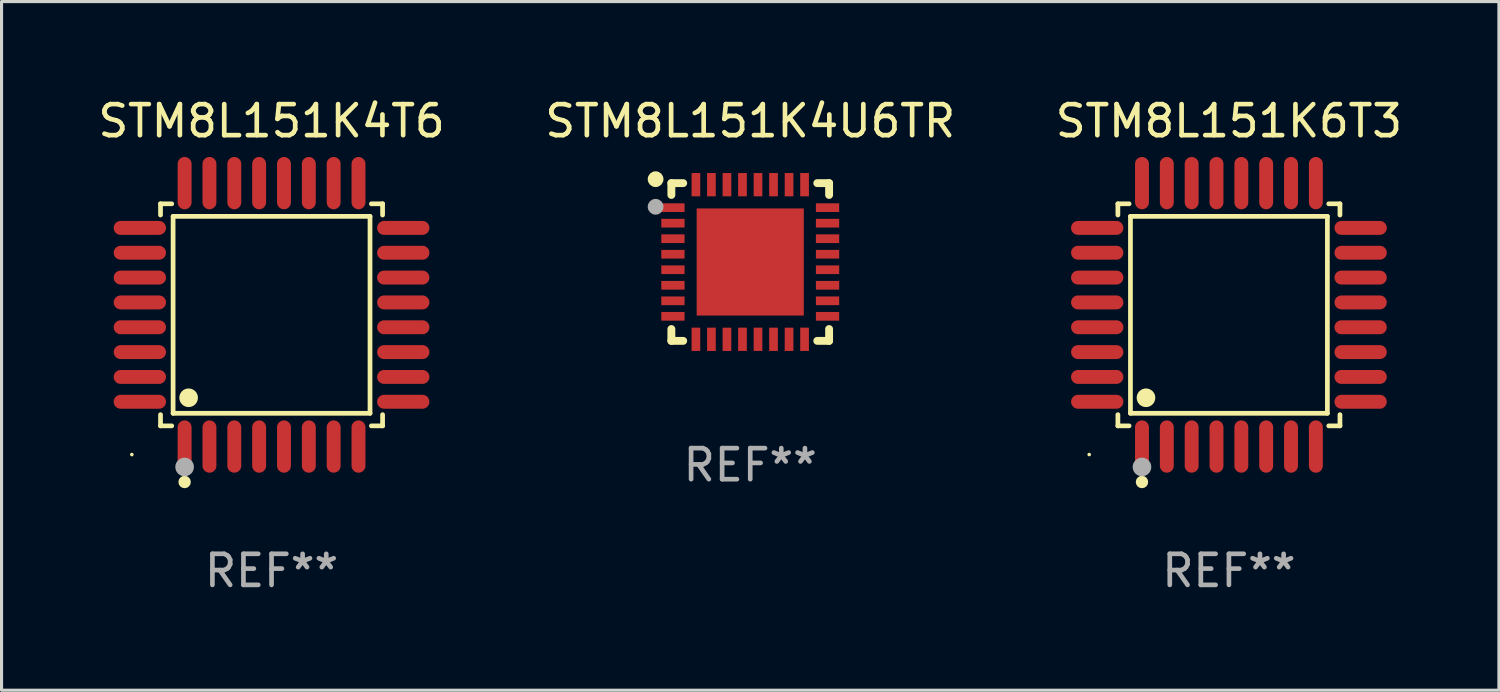
<source format=kicad_pcb>
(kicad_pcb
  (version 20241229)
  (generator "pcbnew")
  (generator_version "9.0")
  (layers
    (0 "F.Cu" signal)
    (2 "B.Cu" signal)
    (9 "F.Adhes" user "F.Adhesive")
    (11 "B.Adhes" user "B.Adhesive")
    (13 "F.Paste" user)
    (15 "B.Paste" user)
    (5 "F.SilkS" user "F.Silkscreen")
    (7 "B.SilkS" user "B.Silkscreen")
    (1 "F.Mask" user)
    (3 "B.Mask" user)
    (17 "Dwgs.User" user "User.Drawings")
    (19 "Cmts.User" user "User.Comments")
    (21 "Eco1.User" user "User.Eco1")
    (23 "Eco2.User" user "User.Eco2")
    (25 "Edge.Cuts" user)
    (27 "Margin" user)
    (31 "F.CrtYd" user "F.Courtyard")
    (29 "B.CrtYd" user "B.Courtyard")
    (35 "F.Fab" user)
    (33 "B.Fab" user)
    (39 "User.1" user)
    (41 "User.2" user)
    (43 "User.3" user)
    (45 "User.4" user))
  (footprint "STM8L151K4T6"
    (layer "F.Cu")
    (at 5.696 7.09)
    (property "Reference" "STM8L151K4T6" (at 0 -6.242 0) (layer "F.SilkS") (effects (font (size 1 1) (thickness 0.15))))
    (attr through_hole)
    (fp_line (start -3.576 -3.576) (end -3.215 -3.576) (stroke (width 0.152) (type solid)) (layer "F.SilkS"))
    (fp_line (start -3.576 -3.215) (end -3.576 -3.576) (stroke (width 0.152) (type solid)) (layer "F.SilkS"))
    (fp_line (start -3.576 3.215) (end -3.576 3.576) (stroke (width 0.152) (type solid)) (layer "F.SilkS"))
    (fp_line (start -3.576 3.576) (end -3.215 3.576) (stroke (width 0.152) (type solid)) (layer "F.SilkS"))
    (fp_line (start -3.171 -3.171) (end 3.171 -3.171) (stroke (width 0.152) (type solid)) (layer "F.SilkS"))
    (fp_line (start -3.171 3.171) (end -3.171 -3.171) (stroke (width 0.152) (type solid)) (layer "F.SilkS"))
    (fp_line (start 3.171 -3.171) (end 3.171 3.171) (stroke (width 0.152) (type solid)) (layer "F.SilkS"))
    (fp_line (start 3.171 3.171) (end -3.171 3.171) (stroke (width 0.152) (type solid)) (layer "F.SilkS"))
    (fp_line (start 3.576 -3.576) (end 3.215 -3.576) (stroke (width 0.152) (type solid)) (layer "F.SilkS"))
    (fp_line (start 3.576 -3.215) (end 3.576 -3.576) (stroke (width 0.152) (type solid)) (layer "F.SilkS"))
    (fp_line (start 3.576 3.215) (end 3.576 3.576) (stroke (width 0.152) (type solid)) (layer "F.SilkS"))
    (fp_line (start 3.576 3.576) (end 3.215 3.576) (stroke (width 0.152) (type solid)) (layer "F.SilkS"))
    (fp_circle (center -4.5 4.5) (end -4.47 4.5) (stroke (width 0.06) (type solid)) (fill no) (layer "F.SilkS"))
    (fp_circle (center -2.8 5.384) (end -2.7 5.384) (stroke (width 0.2) (type solid)) (fill no) (layer "F.SilkS"))
    (fp_circle (center -2.671 2.671) (end -2.521 2.671) (stroke (width 0.3) (type solid)) (fill no) (layer "F.SilkS"))
    (fp_circle (center -2.8 4.9) (end -2.65 4.9) (stroke (width 0.3) (type solid)) (fill no) (layer "F.Fab"))
    (fp_text user "REF**" (at 0 8.242 0) (layer "F.Fab") (effects (font (size 1 1) (thickness 0.15))))
    (pad "1" smd oval (at -2.8 4.242) (size 0.448 1.684) (layers "F.Cu" "F.Mask" "F.Paste"))
    (pad "2" smd oval (at -2 4.242) (size 0.448 1.684) (layers "F.Cu" "F.Mask" "F.Paste"))
    (pad "3" smd oval (at -1.2 4.242) (size 0.448 1.684) (layers "F.Cu" "F.Mask" "F.Paste"))
    (pad "4" smd oval (at -0.4 4.242) (size 0.448 1.684) (layers "F.Cu" "F.Mask" "F.Paste"))
    (pad "5" smd oval (at 0.4 4.242) (size 0.448 1.684) (layers "F.Cu" "F.Mask" "F.Paste"))
    (pad "6" smd oval (at 1.2 4.242) (size 0.448 1.684) (layers "F.Cu" "F.Mask" "F.Paste"))
    (pad "7" smd oval (at 2 4.242) (size 0.448 1.684) (layers "F.Cu" "F.Mask" "F.Paste"))
    (pad "8" smd oval (at 2.8 4.242) (size 0.448 1.684) (layers "F.Cu" "F.Mask" "F.Paste"))
    (pad "9" smd oval (at 4.242 2.8) (size 1.684 0.448) (layers "F.Cu" "F.Mask" "F.Paste"))
    (pad "10" smd oval (at 4.242 2) (size 1.684 0.448) (layers "F.Cu" "F.Mask" "F.Paste"))
    (pad "11" smd oval (at 4.242 1.2) (size 1.684 0.448) (layers "F.Cu" "F.Mask" "F.Paste"))
    (pad "12" smd oval (at 4.242 0.4) (size 1.684 0.448) (layers "F.Cu" "F.Mask" "F.Paste"))
    (pad "13" smd oval (at 4.242 -0.4) (size 1.684 0.448) (layers "F.Cu" "F.Mask" "F.Paste"))
    (pad "14" smd oval (at 4.242 -1.2) (size 1.684 0.448) (layers "F.Cu" "F.Mask" "F.Paste"))
    (pad "15" smd oval (at 4.242 -2) (size 1.684 0.448) (layers "F.Cu" "F.Mask" "F.Paste"))
    (pad "16" smd oval (at 4.242 -2.8) (size 1.684 0.448) (layers "F.Cu" "F.Mask" "F.Paste"))
    (pad "17" smd oval (at 2.8 -4.242) (size 0.448 1.684) (layers "F.Cu" "F.Mask" "F.Paste"))
    (pad "18" smd oval (at 2 -4.242) (size 0.448 1.684) (layers "F.Cu" "F.Mask" "F.Paste"))
    (pad "19" smd oval (at 1.2 -4.242) (size 0.448 1.684) (layers "F.Cu" "F.Mask" "F.Paste"))
    (pad "20" smd oval (at 0.4 -4.242) (size 0.448 1.684) (layers "F.Cu" "F.Mask" "F.Paste"))
    (pad "21" smd oval (at -0.4 -4.242) (size 0.448 1.684) (layers "F.Cu" "F.Mask" "F.Paste"))
    (pad "22" smd oval (at -1.2 -4.242) (size 0.448 1.684) (layers "F.Cu" "F.Mask" "F.Paste"))
    (pad "23" smd oval (at -2 -4.242) (size 0.448 1.684) (layers "F.Cu" "F.Mask" "F.Paste"))
    (pad "24" smd oval (at -2.8 -4.242) (size 0.448 1.684) (layers "F.Cu" "F.Mask" "F.Paste"))
    (pad "25" smd oval (at -4.242 -2.8) (size 1.684 0.448) (layers "F.Cu" "F.Mask" "F.Paste"))
    (pad "26" smd oval (at -4.242 -2) (size 1.684 0.448) (layers "F.Cu" "F.Mask" "F.Paste"))
    (pad "27" smd oval (at -4.242 -1.2) (size 1.684 0.448) (layers "F.Cu" "F.Mask" "F.Paste"))
    (pad "28" smd oval (at -4.242 -0.4) (size 1.684 0.448) (layers "F.Cu" "F.Mask" "F.Paste"))
    (pad "29" smd oval (at -4.242 0.4) (size 1.684 0.448) (layers "F.Cu" "F.Mask" "F.Paste"))
    (pad "30" smd oval (at -4.242 1.2) (size 1.684 0.448) (layers "F.Cu" "F.Mask" "F.Paste"))
    (pad "31" smd oval (at -4.242 2) (size 1.684 0.448) (layers "F.Cu" "F.Mask" "F.Paste"))
    (pad "32" smd oval (at -4.242 2.8) (size 1.684 0.448) (layers "F.Cu" "F.Mask" "F.Paste")))
  (footprint "STM8L151K6T3"
    (layer "F.Cu")
    (at 36.53 7.09)
    (property "Reference" "STM8L151K6T3" (at 0 -6.242 0) (layer "F.SilkS") (effects (font (size 1 1) (thickness 0.15))))
    (attr through_hole)
    (fp_line (start -3.576 -3.576) (end -3.215 -3.576) (stroke (width 0.152) (type solid)) (layer "F.SilkS"))
    (fp_line (start -3.576 -3.215) (end -3.576 -3.576) (stroke (width 0.152) (type solid)) (layer "F.SilkS"))
    (fp_line (start -3.576 3.215) (end -3.576 3.576) (stroke (width 0.152) (type solid)) (layer "F.SilkS"))
    (fp_line (start -3.576 3.576) (end -3.215 3.576) (stroke (width 0.152) (type solid)) (layer "F.SilkS"))
    (fp_line (start -3.171 -3.171) (end 3.171 -3.171) (stroke (width 0.152) (type solid)) (layer "F.SilkS"))
    (fp_line (start -3.171 3.171) (end -3.171 -3.171) (stroke (width 0.152) (type solid)) (layer "F.SilkS"))
    (fp_line (start 3.171 -3.171) (end 3.171 3.171) (stroke (width 0.152) (type solid)) (layer "F.SilkS"))
    (fp_line (start 3.171 3.171) (end -3.171 3.171) (stroke (width 0.152) (type solid)) (layer "F.SilkS"))
    (fp_line (start 3.576 -3.576) (end 3.215 -3.576) (stroke (width 0.152) (type solid)) (layer "F.SilkS"))
    (fp_line (start 3.576 -3.215) (end 3.576 -3.576) (stroke (width 0.152) (type solid)) (layer "F.SilkS"))
    (fp_line (start 3.576 3.215) (end 3.576 3.576) (stroke (width 0.152) (type solid)) (layer "F.SilkS"))
    (fp_line (start 3.576 3.576) (end 3.215 3.576) (stroke (width 0.152) (type solid)) (layer "F.SilkS"))
    (fp_circle (center -4.5 4.5) (end -4.47 4.5) (stroke (width 0.06) (type solid)) (fill no) (layer "F.SilkS"))
    (fp_circle (center -2.8 5.384) (end -2.7 5.384) (stroke (width 0.2) (type solid)) (fill no) (layer "F.SilkS"))
    (fp_circle (center -2.671 2.671) (end -2.521 2.671) (stroke (width 0.3) (type solid)) (fill no) (layer "F.SilkS"))
    (fp_circle (center -2.8 4.9) (end -2.65 4.9) (stroke (width 0.3) (type solid)) (fill no) (layer "F.Fab"))
    (fp_text user "REF**" (at 0 8.242 0) (layer "F.Fab") (effects (font (size 1 1) (thickness 0.15))))
    (pad "1" smd oval (at -2.8 4.242) (size 0.448 1.684) (layers "F.Cu" "F.Mask" "F.Paste"))
    (pad "2" smd oval (at -2 4.242) (size 0.448 1.684) (layers "F.Cu" "F.Mask" "F.Paste"))
    (pad "3" smd oval (at -1.2 4.242) (size 0.448 1.684) (layers "F.Cu" "F.Mask" "F.Paste"))
    (pad "4" smd oval (at -0.4 4.242) (size 0.448 1.684) (layers "F.Cu" "F.Mask" "F.Paste"))
    (pad "5" smd oval (at 0.4 4.242) (size 0.448 1.684) (layers "F.Cu" "F.Mask" "F.Paste"))
    (pad "6" smd oval (at 1.2 4.242) (size 0.448 1.684) (layers "F.Cu" "F.Mask" "F.Paste"))
    (pad "7" smd oval (at 2 4.242) (size 0.448 1.684) (layers "F.Cu" "F.Mask" "F.Paste"))
    (pad "8" smd oval (at 2.8 4.242) (size 0.448 1.684) (layers "F.Cu" "F.Mask" "F.Paste"))
    (pad "9" smd oval (at 4.242 2.8) (size 1.684 0.448) (layers "F.Cu" "F.Mask" "F.Paste"))
    (pad "10" smd oval (at 4.242 2) (size 1.684 0.448) (layers "F.Cu" "F.Mask" "F.Paste"))
    (pad "11" smd oval (at 4.242 1.2) (size 1.684 0.448) (layers "F.Cu" "F.Mask" "F.Paste"))
    (pad "12" smd oval (at 4.242 0.4) (size 1.684 0.448) (layers "F.Cu" "F.Mask" "F.Paste"))
    (pad "13" smd oval (at 4.242 -0.4) (size 1.684 0.448) (layers "F.Cu" "F.Mask" "F.Paste"))
    (pad "14" smd oval (at 4.242 -1.2) (size 1.684 0.448) (layers "F.Cu" "F.Mask" "F.Paste"))
    (pad "15" smd oval (at 4.242 -2) (size 1.684 0.448) (layers "F.Cu" "F.Mask" "F.Paste"))
    (pad "16" smd oval (at 4.242 -2.8) (size 1.684 0.448) (layers "F.Cu" "F.Mask" "F.Paste"))
    (pad "17" smd oval (at 2.8 -4.242) (size 0.448 1.684) (layers "F.Cu" "F.Mask" "F.Paste"))
    (pad "18" smd oval (at 2 -4.242) (size 0.448 1.684) (layers "F.Cu" "F.Mask" "F.Paste"))
    (pad "19" smd oval (at 1.2 -4.242) (size 0.448 1.684) (layers "F.Cu" "F.Mask" "F.Paste"))
    (pad "20" smd oval (at 0.4 -4.242) (size 0.448 1.684) (layers "F.Cu" "F.Mask" "F.Paste"))
    (pad "21" smd oval (at -0.4 -4.242) (size 0.448 1.684) (layers "F.Cu" "F.Mask" "F.Paste"))
    (pad "22" smd oval (at -1.2 -4.242) (size 0.448 1.684) (layers "F.Cu" "F.Mask" "F.Paste"))
    (pad "23" smd oval (at -2 -4.242) (size 0.448 1.684) (layers "F.Cu" "F.Mask" "F.Paste"))
    (pad "24" smd oval (at -2.8 -4.242) (size 0.448 1.684) (layers "F.Cu" "F.Mask" "F.Paste"))
    (pad "25" smd oval (at -4.242 -2.8) (size 1.684 0.448) (layers "F.Cu" "F.Mask" "F.Paste"))
    (pad "26" smd oval (at -4.242 -2) (size 1.684 0.448) (layers "F.Cu" "F.Mask" "F.Paste"))
    (pad "27" smd oval (at -4.242 -1.2) (size 1.684 0.448) (layers "F.Cu" "F.Mask" "F.Paste"))
    (pad "28" smd oval (at -4.242 -0.4) (size 1.684 0.448) (layers "F.Cu" "F.Mask" "F.Paste"))
    (pad "29" smd oval (at -4.242 0.4) (size 1.684 0.448) (layers "F.Cu" "F.Mask" "F.Paste"))
    (pad "30" smd oval (at -4.242 1.2) (size 1.684 0.448) (layers "F.Cu" "F.Mask" "F.Paste"))
    (pad "31" smd oval (at -4.242 2) (size 1.684 0.448) (layers "F.Cu" "F.Mask" "F.Paste"))
    (pad "32" smd oval (at -4.242 2.8) (size 1.684 0.448) (layers "F.Cu" "F.Mask" "F.Paste")))
  (footprint "STM8L151K4U6TR"
    (layer "F.Cu")
    (at 21.113 5.388)
    (property "Reference" "STM8L151K4U6TR" (at 0 -4.54 0) (layer "F.SilkS") (effects (font (size 1 1) (thickness 0.15))))
    (attr through_hole)
    (fp_line (start -2.54 -2.54) (end -2.159 -2.54) (stroke (width 0.254) (type solid)) (layer "F.SilkS"))
    (fp_line (start -2.54 -2.159) (end -2.54 -2.54) (stroke (width 0.254) (type solid)) (layer "F.SilkS"))
    (fp_line (start -2.54 2.54) (end -2.54 2.159) (stroke (width 0.254) (type solid)) (layer "F.SilkS"))
    (fp_line (start -2.159 2.54) (end -2.54 2.54) (stroke (width 0.254) (type solid)) (layer "F.SilkS"))
    (fp_line (start 2.159 -2.54) (end 2.54 -2.54) (stroke (width 0.254) (type solid)) (layer "F.SilkS"))
    (fp_line (start 2.54 -2.54) (end 2.54 -2.159) (stroke (width 0.254) (type solid)) (layer "F.SilkS"))
    (fp_line (start 2.54 2.159) (end 2.54 2.54) (stroke (width 0.254) (type solid)) (layer "F.SilkS"))
    (fp_line (start 2.54 2.54) (end 2.159 2.54) (stroke (width 0.254) (type solid)) (layer "F.SilkS"))
    (fp_circle (center -3.048 -2.667) (end -2.921 -2.667) (stroke (width 0.254) (type solid)) (fill no) (layer "F.SilkS"))
    (fp_circle (center -2.5 -2.5) (end -2.47 -2.5) (stroke (width 0.06) (type solid)) (fill no) (layer "F.SilkS"))
    (fp_circle (center -3.048 -1.778) (end -2.921 -1.778) (stroke (width 0.254) (type solid)) (fill no) (layer "F.Fab"))
    (fp_text user "REF**" (at 0 6.54 0) (layer "F.Fab") (effects (font (size 1 1) (thickness 0.15))))
    (pad "1" smd rect (at -2.49 -1.75) (size 0.75 0.28) (layers "F.Cu" "F.Mask" "F.Paste"))
    (pad "2" smd rect (at -2.49 -1.25) (size 0.75 0.28) (layers "F.Cu" "F.Mask" "F.Paste"))
    (pad "3" smd rect (at -2.49 -0.75) (size 0.75 0.28) (layers "F.Cu" "F.Mask" "F.Paste"))
    (pad "4" smd rect (at -2.49 -0.25) (size 0.75 0.28) (layers "F.Cu" "F.Mask" "F.Paste"))
    (pad "5" smd rect (at -2.49 0.25) (size 0.75 0.28) (layers "F.Cu" "F.Mask" "F.Paste"))
    (pad "6" smd rect (at -2.49 0.75) (size 0.75 0.28) (layers "F.Cu" "F.Mask" "F.Paste"))
    (pad "7" smd rect (at -2.49 1.25) (size 0.75 0.28) (layers "F.Cu" "F.Mask" "F.Paste"))
    (pad "8" smd rect (at -2.49 1.75) (size 0.75 0.28) (layers "F.Cu" "F.Mask" "F.Paste"))
    (pad "9" smd rect (at -1.75 2.49) (size 0.28 0.75) (layers "F.Cu" "F.Mask" "F.Paste"))
    (pad "10" smd rect (at -1.25 2.49) (size 0.28 0.75) (layers "F.Cu" "F.Mask" "F.Paste"))
    (pad "11" smd rect (at -0.75 2.49) (size 0.28 0.75) (layers "F.Cu" "F.Mask" "F.Paste"))
    (pad "12" smd rect (at -0.25 2.49) (size 0.28 0.75) (layers "F.Cu" "F.Mask" "F.Paste"))
    (pad "13" smd rect (at 0.25 2.49) (size 0.28 0.75) (layers "F.Cu" "F.Mask" "F.Paste"))
    (pad "14" smd rect (at 0.75 2.49) (size 0.28 0.75) (layers "F.Cu" "F.Mask" "F.Paste"))
    (pad "15" smd rect (at 1.25 2.49) (size 0.28 0.75) (layers "F.Cu" "F.Mask" "F.Paste"))
    (pad "16" smd rect (at 1.75 2.49) (size 0.28 0.75) (layers "F.Cu" "F.Mask" "F.Paste"))
    (pad "17" smd rect (at 2.49 1.75) (size 0.75 0.28) (layers "F.Cu" "F.Mask" "F.Paste"))
    (pad "18" smd rect (at 2.49 1.25) (size 0.75 0.28) (layers "F.Cu" "F.Mask" "F.Paste"))
    (pad "19" smd rect (at 2.49 0.75) (size 0.75 0.28) (layers "F.Cu" "F.Mask" "F.Paste"))
    (pad "20" smd rect (at 2.49 0.25) (size 0.75 0.28) (layers "F.Cu" "F.Mask" "F.Paste"))
    (pad "21" smd rect (at 2.49 -0.25) (size 0.75 0.28) (layers "F.Cu" "F.Mask" "F.Paste"))
    (pad "22" smd rect (at 2.49 -0.75) (size 0.75 0.28) (layers "F.Cu" "F.Mask" "F.Paste"))
    (pad "23" smd rect (at 2.49 -1.25) (size 0.75 0.28) (layers "F.Cu" "F.Mask" "F.Paste"))
    (pad "24" smd rect (at 2.49 -1.75) (size 0.75 0.28) (layers "F.Cu" "F.Mask" "F.Paste"))
    (pad "25" smd rect (at 1.75 -2.49) (size 0.28 0.75) (layers "F.Cu" "F.Mask" "F.Paste"))
    (pad "26" smd rect (at 1.25 -2.49) (size 0.28 0.75) (layers "F.Cu" "F.Mask" "F.Paste"))
    (pad "27" smd rect (at 0.75 -2.49) (size 0.28 0.75) (layers "F.Cu" "F.Mask" "F.Paste"))
    (pad "28" smd rect (at 0.25 -2.49) (size 0.28 0.75) (layers "F.Cu" "F.Mask" "F.Paste"))
    (pad "29" smd rect (at -0.25 -2.49) (size 0.28 0.75) (layers "F.Cu" "F.Mask" "F.Paste"))
    (pad "30" smd rect (at -0.75 -2.49) (size 0.28 0.75) (layers "F.Cu" "F.Mask" "F.Paste"))
    (pad "31" smd rect (at -1.25 -2.49) (size 0.28 0.75) (layers "F.Cu" "F.Mask" "F.Paste"))
    (pad "32" smd rect (at -1.75 -2.49) (size 0.28 0.75) (layers "F.Cu" "F.Mask" "F.Paste"))
    (pad "33" smd rect (at 0 0) (size 3.45 3.45) (layers "F.Cu" "F.Mask" "F.Paste")))
  (gr_rect
    (start -3 -3)
    (end 45.226 19.181)
    (stroke (width 0.1) (type default))
    (fill no)
    (layer "Edge.Cuts")))
</source>
